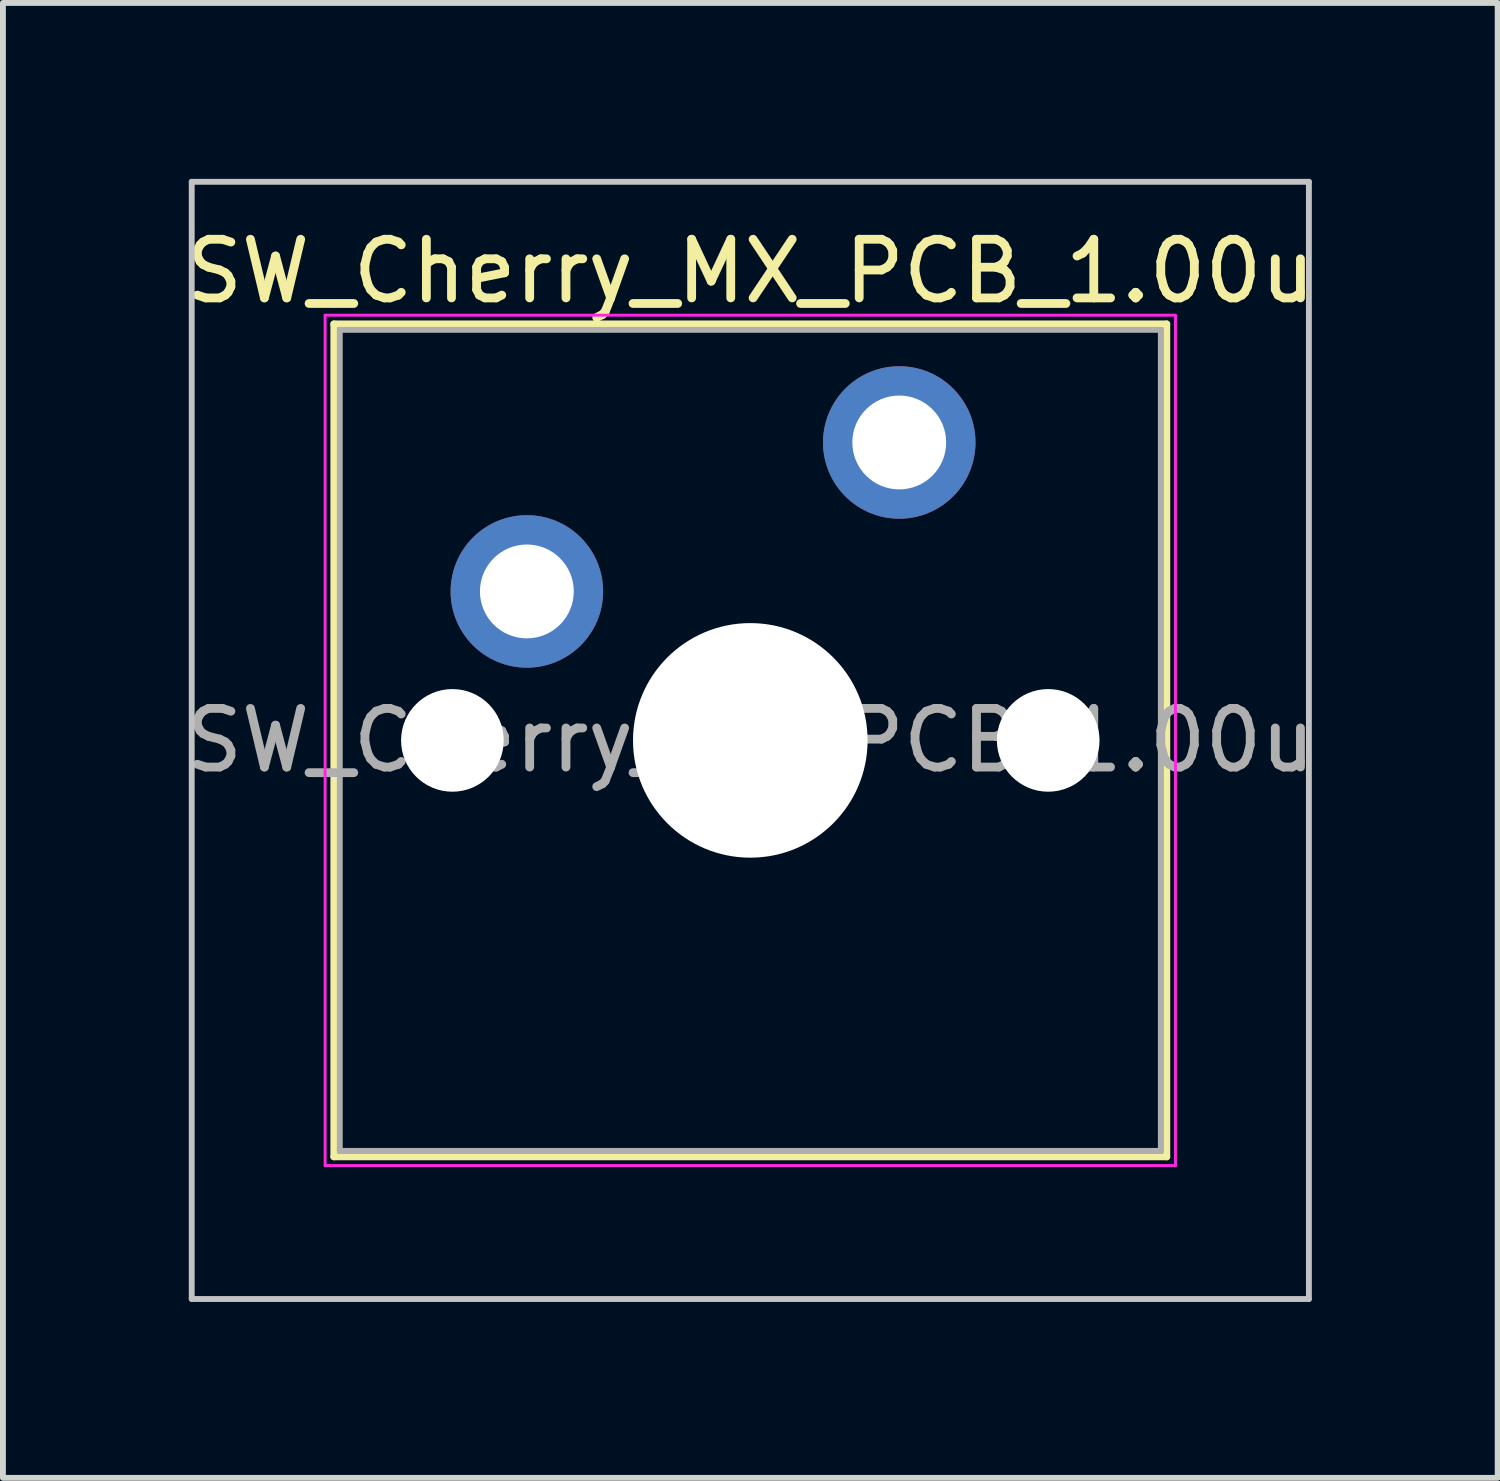
<source format=kicad_pcb>
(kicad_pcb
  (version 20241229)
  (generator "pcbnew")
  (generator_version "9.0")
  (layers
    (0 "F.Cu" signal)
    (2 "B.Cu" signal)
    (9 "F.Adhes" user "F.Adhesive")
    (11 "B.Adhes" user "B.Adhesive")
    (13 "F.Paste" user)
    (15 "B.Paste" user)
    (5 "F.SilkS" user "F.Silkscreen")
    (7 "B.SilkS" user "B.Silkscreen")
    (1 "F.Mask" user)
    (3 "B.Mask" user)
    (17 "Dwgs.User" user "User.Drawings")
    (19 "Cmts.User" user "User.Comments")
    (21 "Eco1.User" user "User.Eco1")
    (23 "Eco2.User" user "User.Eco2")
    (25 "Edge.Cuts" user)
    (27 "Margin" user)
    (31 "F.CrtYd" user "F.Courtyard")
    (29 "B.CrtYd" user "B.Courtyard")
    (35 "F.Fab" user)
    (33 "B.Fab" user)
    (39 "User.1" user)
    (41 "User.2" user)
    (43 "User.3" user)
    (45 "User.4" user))
  (footprint "SW_Cherry_MX_PCB_1.00u"
    (layer "F.Cu")
    (at 9.744 9.575)
    (property "Reference" "SW_Cherry_MX_PCB_1.00u" (at 0 -8 0) (layer "F.SilkS") (effects (font (size 1 1) (thickness 0.15))))
    (attr through_hole)
    (fp_line (start -7.1 -7.1) (end -7.1 7.1) (stroke (width 0.12) (type solid)) (layer "F.SilkS"))
    (fp_line (start -7.1 7.1) (end 7.1 7.1) (stroke (width 0.12) (type solid)) (layer "F.SilkS"))
    (fp_line (start 7.1 -7.1) (end -7.1 -7.1) (stroke (width 0.12) (type solid)) (layer "F.SilkS"))
    (fp_line (start 7.1 7.1) (end 7.1 -7.1) (stroke (width 0.12) (type solid)) (layer "F.SilkS"))
    (fp_line (start -9.525 -9.525) (end -9.525 9.525) (stroke (width 0.1) (type solid)) (layer "Dwgs.User"))
    (fp_line (start -9.525 9.525) (end 9.525 9.525) (stroke (width 0.1) (type solid)) (layer "Dwgs.User"))
    (fp_line (start 9.525 -9.525) (end -9.525 -9.525) (stroke (width 0.1) (type solid)) (layer "Dwgs.User"))
    (fp_line (start 9.525 9.525) (end 9.525 -9.525) (stroke (width 0.1) (type solid)) (layer "Dwgs.User"))
    (fp_line (start -7 -7) (end -7 7) (stroke (width 0.1) (type solid)) (layer "Eco1.User"))
    (fp_line (start -7 7) (end 7 7) (stroke (width 0.1) (type solid)) (layer "Eco1.User"))
    (fp_line (start 7 -7) (end -7 -7) (stroke (width 0.1) (type solid)) (layer "Eco1.User"))
    (fp_line (start 7 7) (end 7 -7) (stroke (width 0.1) (type solid)) (layer "Eco1.User"))
    (fp_line (start -7.25 -7.25) (end -7.25 7.25) (stroke (width 0.05) (type solid)) (layer "F.CrtYd"))
    (fp_line (start -7.25 7.25) (end 7.25 7.25) (stroke (width 0.05) (type solid)) (layer "F.CrtYd"))
    (fp_line (start 7.25 -7.25) (end -7.25 -7.25) (stroke (width 0.05) (type solid)) (layer "F.CrtYd"))
    (fp_line (start 7.25 7.25) (end 7.25 -7.25) (stroke (width 0.05) (type solid)) (layer "F.CrtYd"))
    (fp_line (start -7 -7) (end -7 7) (stroke (width 0.1) (type solid)) (layer "F.Fab"))
    (fp_line (start -7 7) (end 7 7) (stroke (width 0.1) (type solid)) (layer "F.Fab"))
    (fp_line (start 7 -7) (end -7 -7) (stroke (width 0.1) (type solid)) (layer "F.Fab"))
    (fp_line (start 7 7) (end 7 -7) (stroke (width 0.1) (type solid)) (layer "F.Fab"))
    (fp_text user "${REFERENCE}" (at 0 0 0) (layer "F.Fab") (effects (font (size 1 1) (thickness 0.15))))
    (pad "" np_thru_hole circle (at -5.08 0) (size 1.75 1.75) (drill 1.75) (layers "*.Cu" "*.Mask"))
    (pad "" smd circle (at -3.81 -2.54) (size 1.55 1.55) (layers "F.Mask"))
    (pad "" np_thru_hole circle (at 0 0) (size 4 4) (drill 4) (layers "*.Cu" "*.Mask"))
    (pad "" smd circle (at 2.54 -5.08) (size 1.55 1.55) (layers "F.Mask"))
    (pad "" np_thru_hole circle (at 5.08 0) (size 1.75 1.75) (drill 1.75) (layers "*.Cu" "*.Mask"))
    (pad "1" thru_hole circle (at -3.81 -2.54) (size 2.6 2.6) (drill 1.6) (layers "*.Cu" "B.Mask"))
    (pad "2" thru_hole circle (at 2.54 -5.08) (size 2.6 2.6) (drill 1.6) (layers "*.Cu" "B.Mask")))
  (gr_rect
    (start -3 -3)
    (end 22.488 22.15)
    (stroke (width 0.1) (type default))
    (fill no)
    (layer "Edge.Cuts")))
</source>
